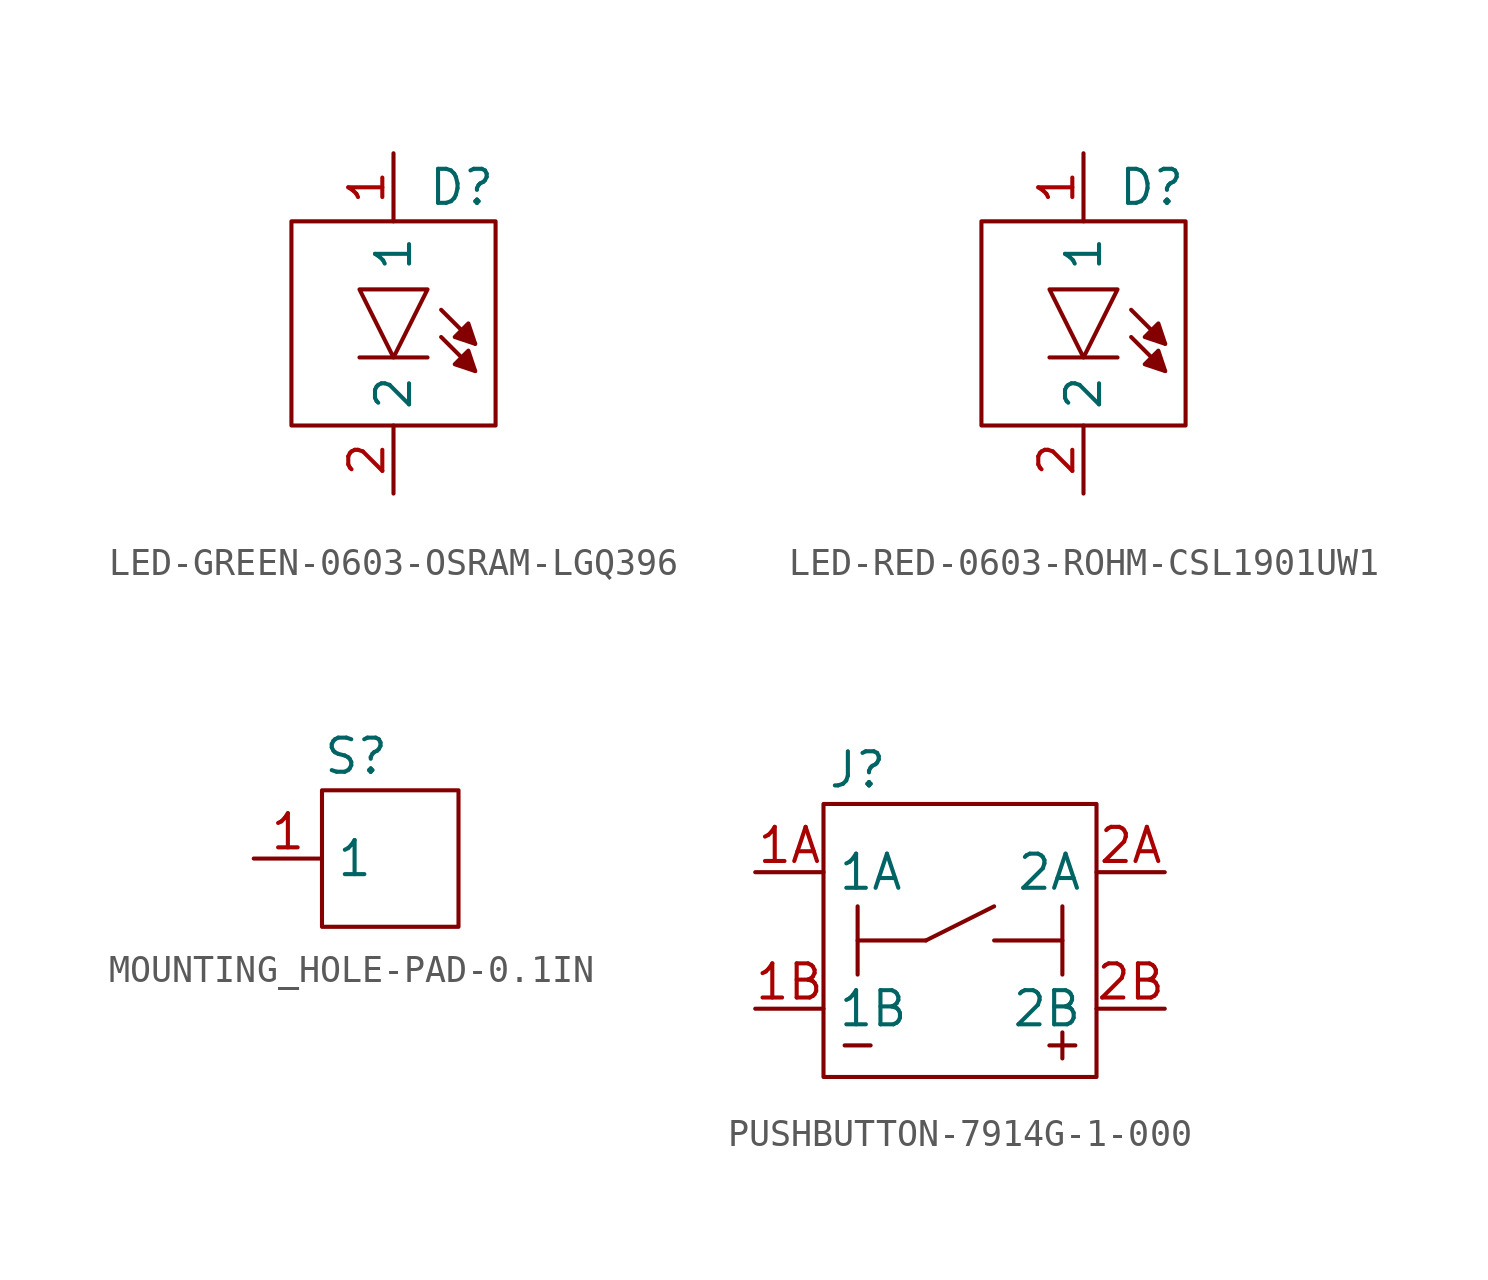
<source format=kicad_sym>
(kicad_symbol_lib
  (version 20231120)
  (generator "kicad_symbol_editor")
  (generator_version "8.0")
  (symbol "LED-GREEN-0603-OSRAM-LGQ396"
    (property "Reference" "D"
      (at 2.54 5.08 0)
      (effects (font (size 1.27 1.27))))
    (property "Value" ""
      (at 0 -1.27 0)
      (effects (font (size 1.27 1.27))))
    (symbol "LED-GREEN-0603-OSRAM-LGQ396_0_1"
      (rectangle (start -3.81 3.81) (end 3.81 -3.81) (stroke (width 0) (type default)) (fill (type none)))
      (polyline (pts (xy -1.27 -1.27) (xy 1.27 -1.27)) (stroke (width 0) (type default)) (fill (type none)))
      (polyline (pts (xy 1.778 -0.508) (xy 3.048 -1.778)) (stroke (width 0) (type default)) (fill (type none)))
      (polyline (pts (xy 1.778 0.508) (xy 3.048 -0.762)) (stroke (width 0) (type default)) (fill (type none)))
      (polyline (pts (xy 0 -1.27) (xy -1.27 1.27) (xy 1.27 1.27) (xy 0 -1.27)) (stroke (width 0) (type default)) (fill (type none))))
    (symbol "LED-GREEN-0603-OSRAM-LGQ396_1_1"
      (polyline (pts (xy 3.048 -1.778) (xy 2.794 -1.016) (xy 2.286 -1.524) (xy 3.048 -1.778)) (stroke (width 0) (type default)) (fill (type outline)))
      (polyline (pts (xy 3.048 -0.762) (xy 2.794 0) (xy 2.286 -0.508) (xy 3.048 -0.762)) (stroke (width 0) (type default)) (fill (type outline)))
      (pin bidirectional line (at 0 6.35 270) (length 2.54) (name "1" (effects (font (size 1.27 1.27)))) (number "1" (effects (font (size 1.27 1.27)))))
      (pin bidirectional line (at 0 -6.35 90) (length 2.54) (name "2" (effects (font (size 1.27 1.27)))) (number "2" (effects (font (size 1.27 1.27)))))))
  (symbol "LED-RED-0603-ROHM-CSL1901UW1"
    (property "Reference" "D"
      (at 2.54 5.08 0)
      (effects (font (size 1.27 1.27))))
    (property "Value" ""
      (at 0 -1.27 0)
      (effects (font (size 1.27 1.27))))
    (symbol "LED-RED-0603-ROHM-CSL1901UW1_0_1"
      (rectangle (start -3.81 3.81) (end 3.81 -3.81) (stroke (width 0) (type default)) (fill (type none)))
      (polyline (pts (xy -1.27 -1.27) (xy 1.27 -1.27)) (stroke (width 0) (type default)) (fill (type none)))
      (polyline (pts (xy 1.778 -0.508) (xy 3.048 -1.778)) (stroke (width 0) (type default)) (fill (type none)))
      (polyline (pts (xy 1.778 0.508) (xy 3.048 -0.762)) (stroke (width 0) (type default)) (fill (type none)))
      (polyline (pts (xy 0 -1.27) (xy -1.27 1.27) (xy 1.27 1.27) (xy 0 -1.27)) (stroke (width 0) (type default)) (fill (type none))))
    (symbol "LED-RED-0603-ROHM-CSL1901UW1_1_1"
      (polyline (pts (xy 3.048 -1.778) (xy 2.794 -1.016) (xy 2.286 -1.524) (xy 3.048 -1.778)) (stroke (width 0) (type default)) (fill (type outline)))
      (polyline (pts (xy 3.048 -0.762) (xy 2.794 0) (xy 2.286 -0.508) (xy 3.048 -0.762)) (stroke (width 0) (type default)) (fill (type outline)))
      (pin bidirectional line (at 0 6.35 270) (length 2.54) (name "1" (effects (font (size 1.27 1.27)))) (number "1" (effects (font (size 1.27 1.27)))))
      (pin bidirectional line (at 0 -6.35 90) (length 2.54) (name "2" (effects (font (size 1.27 1.27)))) (number "2" (effects (font (size 1.27 1.27)))))))
  (symbol "MOUNTING_HOLE-PAD-0.1IN"
    (property "Reference" "S"
      (at -1.27 3.81 0)
      (effects (font (size 1.27 1.27))))
    (property "Value" ""
      (at -2.54 2.54 0)
      (effects (font (size 1.27 1.27))))
    (symbol "MOUNTING_HOLE-PAD-0.1IN_0_1"
      (rectangle (start -2.54 2.54) (end 2.54 -2.54) (stroke (width 0) (type default)) (fill (type none))))
    (symbol "MOUNTING_HOLE-PAD-0.1IN_1_1"
      (pin passive line (at -5.08 0 0) (length 2.54) (name "1" (effects (font (size 1.27 1.27)))) (number "1" (effects (font (size 1.27 1.27)))))))
  (symbol "PUSHBUTTON-7914G-1-000"
    (property "Reference" "J"
      (at -3.81 6.35 0)
      (effects (font (size 1.27 1.27))))
    (symbol "PUSHBUTTON-7914G-1-000_0_1"
      (rectangle (start -5.08 5.08) (end 5.08 -5.08) (stroke (width 0) (type default)) (fill (type none)))
      (polyline (pts (xy -3.81 0) (xy -1.27 0)) (stroke (width 0) (type default)) (fill (type none)))
      (polyline (pts (xy -3.81 1.27) (xy -3.81 -1.27)) (stroke (width 0) (type default)) (fill (type none)))
      (polyline (pts (xy -1.27 0) (xy 1.27 1.27)) (stroke (width 0) (type default)) (fill (type none)))
      (polyline (pts (xy 1.27 0) (xy 3.81 0)) (stroke (width 0) (type default)) (fill (type none)))
      (polyline (pts (xy 3.81 1.27) (xy 3.81 -1.27)) (stroke (width 0) (type default)) (fill (type none))))
    (symbol "PUSHBUTTON-7914G-1-000_1_1"
      (text "+" (at 3.81 -3.81 0) (effects (font (size 1.27 1.27))))
      (text "-" (at -3.81 -3.81 0) (effects (font (size 1.27 1.27))))
      (pin passive line (at -7.62 2.54 0) (length 2.54) (name "1A" (effects (font (size 1.27 1.27)))) (number "1A" (effects (font (size 1.27 1.27)))))
      (pin passive line (at -7.62 -2.54 0) (length 2.54) (name "1B" (effects (font (size 1.27 1.27)))) (number "1B" (effects (font (size 1.27 1.27)))))
      (pin passive line (at 7.62 2.54 180) (length 2.54) (name "2A" (effects (font (size 1.27 1.27)))) (number "2A" (effects (font (size 1.27 1.27)))))
      (pin passive line (at 7.62 -2.54 180) (length 2.54) (name "2B" (effects (font (size 1.27 1.27)))) (number "2B" (effects (font (size 1.27 1.27))))))))
</source>
